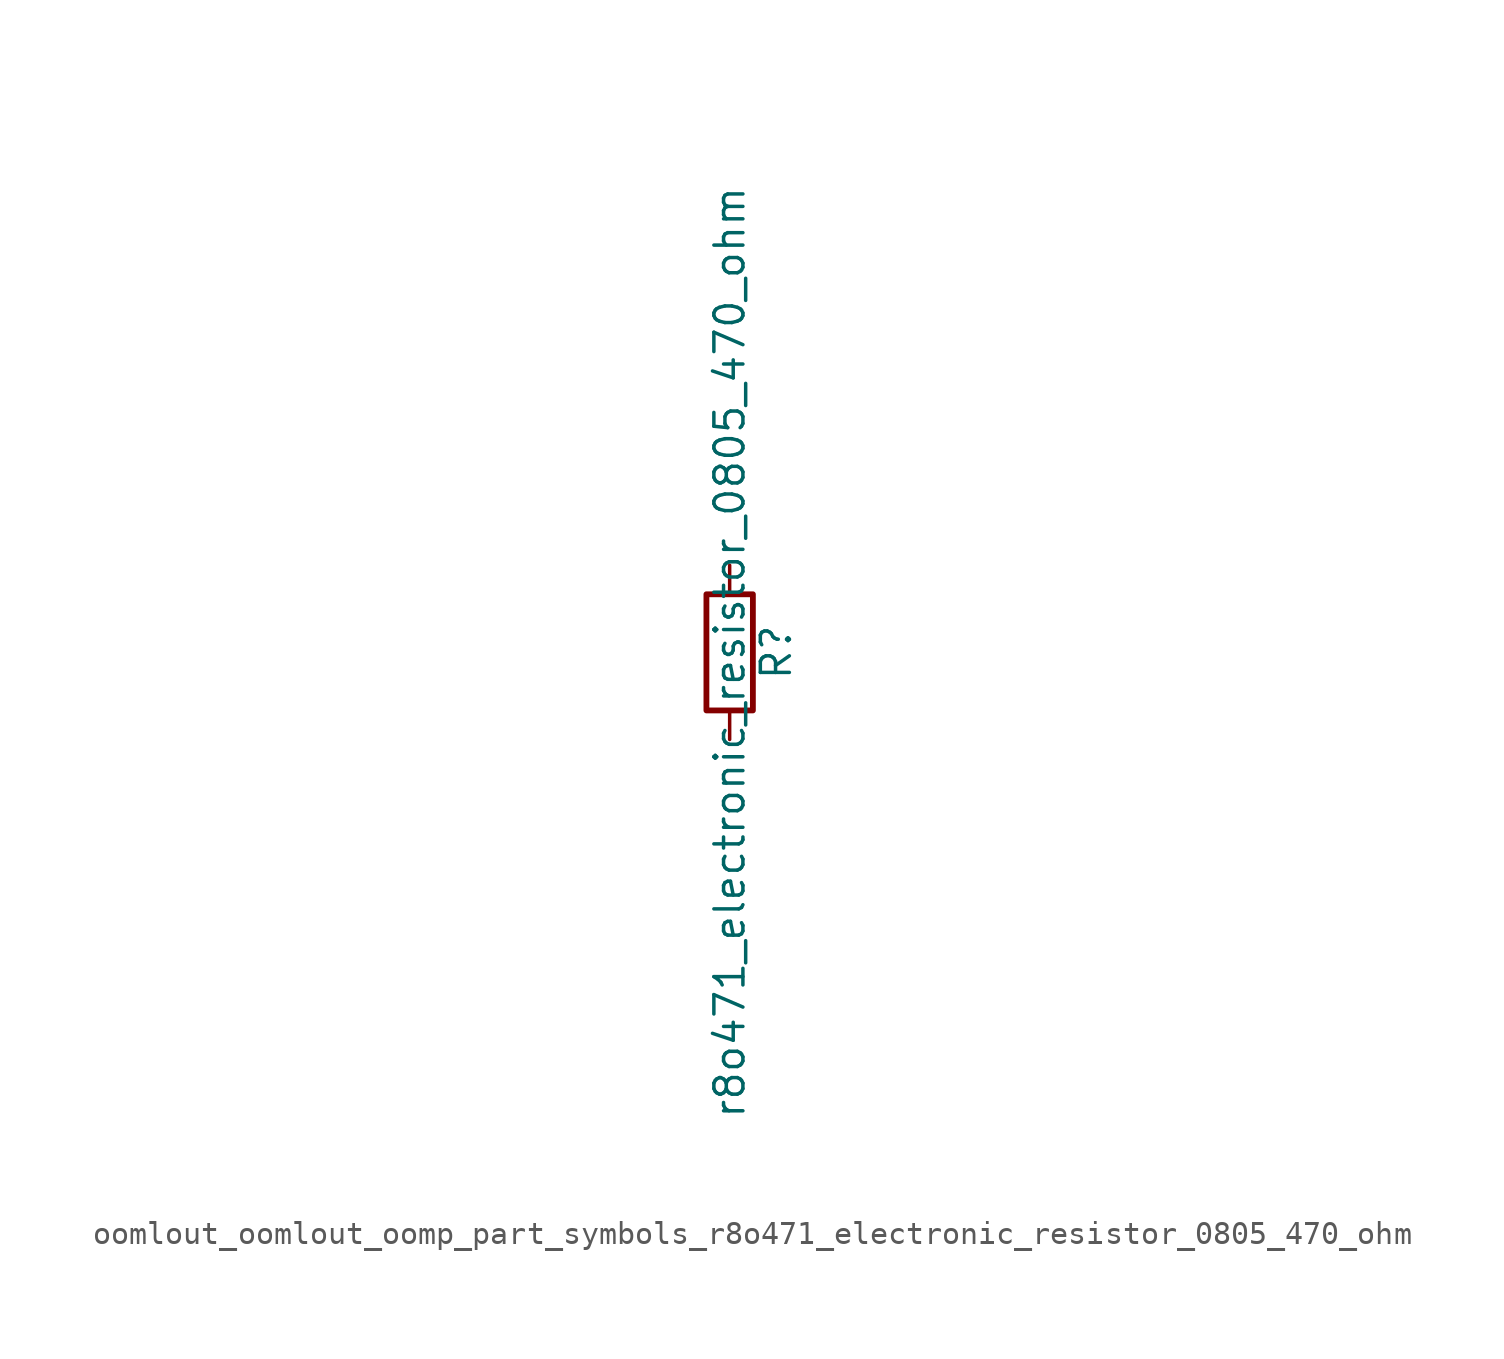
<source format=kicad_sym>
(kicad_symbol_lib
  (version 20220914)
  (generator kicad_symbol_editor)
  (symbol "oomlout_oomlout_oomp_part_symbols_r8o471_electronic_resistor_0805_470_ohm"
    (pin_numbers hide)
    (pin_names
      (offset 0))
    (property "Reference" "R"
      (at 2.032 0 90)
      (effects (font (size 1.27 1.27))))
    (property "Value" "r8o471_electronic_resistor_0805_470_ohm"
      (at 0 0 90)
      (effects (font (size 1.27 1.27))))
    (symbol "oomlout_oomlout_oomp_part_symbols_r8o471_electronic_resistor_0805_470_ohm_0_1"
      (rectangle (start -1.016 -2.54) (end 1.016 2.54) (stroke (width 0.254) (type default)) (fill (type none))))
    (symbol "oomlout_oomlout_oomp_part_symbols_r8o471_electronic_resistor_0805_470_ohm_1_1"
      (pin passive line (at 0 3.81 270) (length 1.27) (name "~" (effects (font (size 1.27 1.27)))) (number "1" (effects (font (size 1.27 1.27)))))
      (pin passive line (at 0 -3.81 90) (length 1.27) (name "~" (effects (font (size 1.27 1.27)))) (number "2" (effects (font (size 1.27 1.27))))))))
</source>
